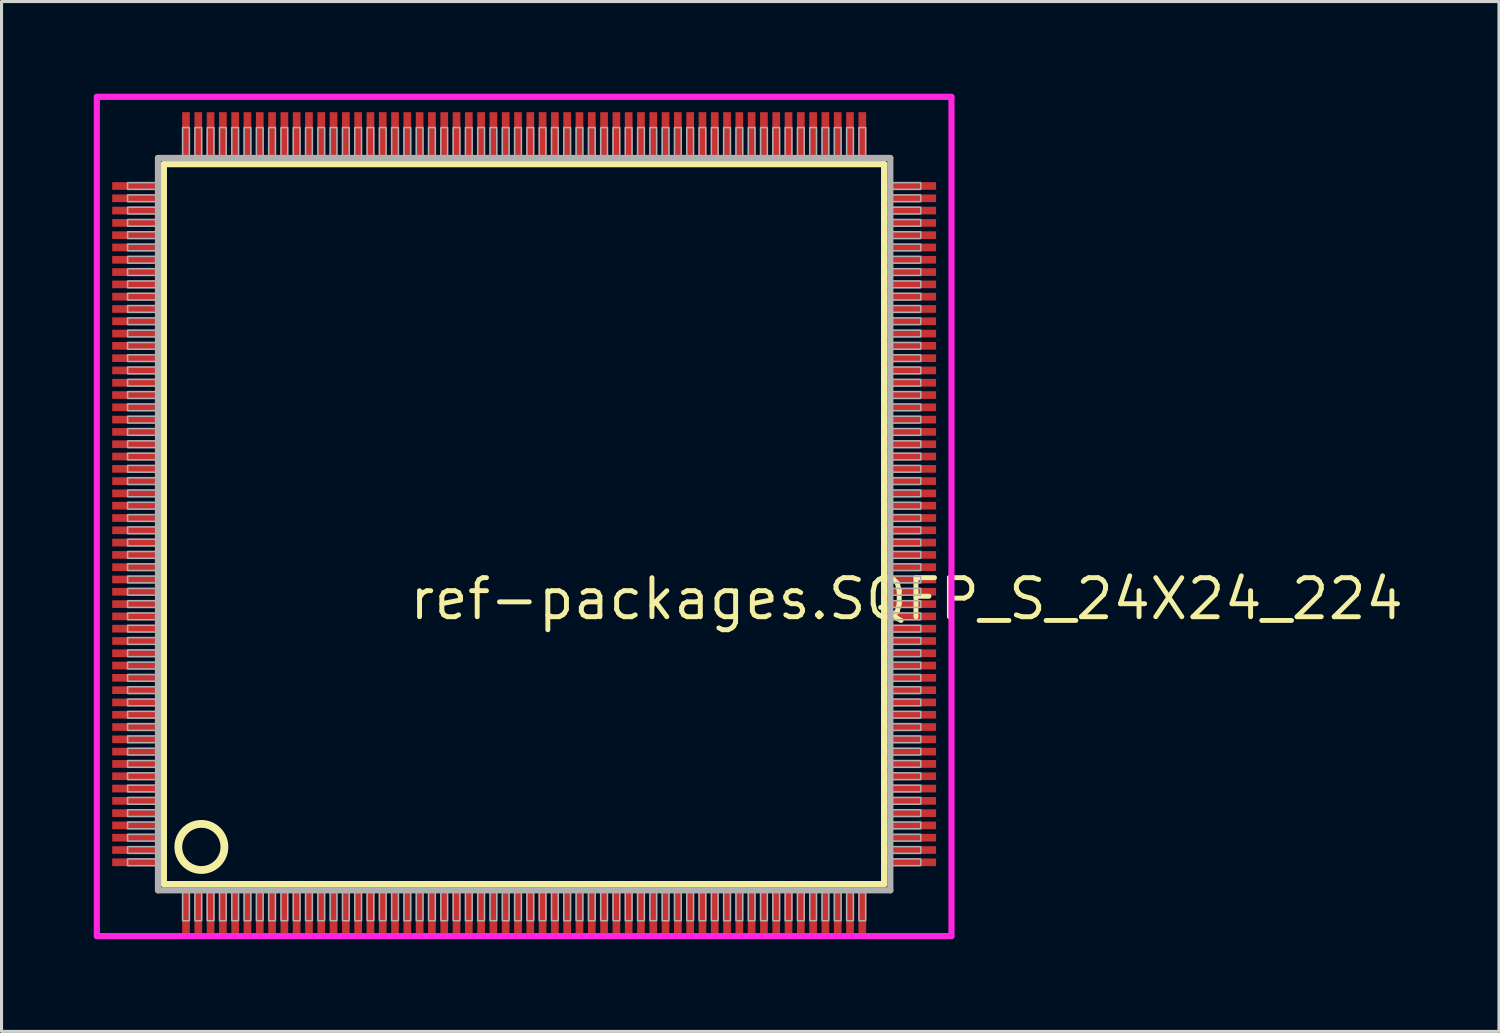
<source format=kicad_pcb>
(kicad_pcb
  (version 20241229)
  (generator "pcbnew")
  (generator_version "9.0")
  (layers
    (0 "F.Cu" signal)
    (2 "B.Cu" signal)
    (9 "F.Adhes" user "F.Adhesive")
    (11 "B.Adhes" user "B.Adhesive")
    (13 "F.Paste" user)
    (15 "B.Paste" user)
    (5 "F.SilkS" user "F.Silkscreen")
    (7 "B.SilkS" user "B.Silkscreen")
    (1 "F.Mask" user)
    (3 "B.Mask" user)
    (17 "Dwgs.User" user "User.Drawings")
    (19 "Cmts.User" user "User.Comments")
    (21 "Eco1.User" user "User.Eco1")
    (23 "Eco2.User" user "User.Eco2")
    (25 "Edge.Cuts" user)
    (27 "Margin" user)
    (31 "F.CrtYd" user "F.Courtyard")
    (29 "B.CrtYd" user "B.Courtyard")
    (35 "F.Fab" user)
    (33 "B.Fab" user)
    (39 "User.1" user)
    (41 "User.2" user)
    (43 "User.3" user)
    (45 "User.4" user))
  (footprint "ref-packages.SQFP_S_24X24_224"
    (layer "F.Cu")
    (at 14 14)
    (property "Reference" "ref-packages.SQFP_S_24X24_224" (at -3.81 3.175 0) (layer "F.SilkS") (effects (font (size 1.27 1.27) (thickness 0.16)) (justify left bottom)))
    (attr smd)
    (fp_line (start -11.72 -11.71) (end 11.71 -11.71) (stroke (width 0.203) (type default)) (layer "F.SilkS"))
    (fp_line (start -11.72 11.71) (end -11.72 -11.71) (stroke (width 0.203) (type default)) (layer "F.SilkS"))
    (fp_line (start 11.71 -11.71) (end 11.71 11.71) (stroke (width 0.203) (type default)) (layer "F.SilkS"))
    (fp_line (start 11.71 11.71) (end -11.72 11.71) (stroke (width 0.203) (type default)) (layer "F.SilkS"))
    (fp_circle (center -10.5 10.5) (end -9.75 10.5) (stroke (width 0.254) (type default)) (fill no) (layer "F.SilkS"))
    (fp_line (start -13.9 -13.9) (end 13.9 -13.9) (stroke (width 0.2) (type default)) (layer "F.CrtYd"))
    (fp_line (start -13.9 13.4) (end -13.9 -13.9) (stroke (width 0.2) (type default)) (layer "F.CrtYd"))
    (fp_line (start 13.9 -13.9) (end 13.9 13.4) (stroke (width 0.2) (type default)) (layer "F.CrtYd"))
    (fp_line (start 13.9 13.4) (end -13.9 13.4) (stroke (width 0.2) (type default)) (layer "F.CrtYd"))
    (fp_line (start -11.91 -11.91) (end -11.91 11.91) (stroke (width 0.203) (type default)) (layer "F.Fab"))
    (fp_line (start -11.91 11.91) (end 11.91 11.91) (stroke (width 0.203) (type default)) (layer "F.Fab"))
    (fp_line (start 11.91 -11.91) (end -11.91 -11.91) (stroke (width 0.203) (type default)) (layer "F.Fab"))
    (fp_line (start 11.91 11.91) (end 11.91 -11.91) (stroke (width 0.203) (type default)) (layer "F.Fab"))
    (fp_rect (start -12.9 -10.89) (end -11.95 -11.11) (stroke (width 0.05) (type default)) (fill no) (layer "F.Fab"))
    (fp_rect (start -12.9 -10.49) (end -11.95 -10.71) (stroke (width 0.05) (type default)) (fill no) (layer "F.Fab"))
    (fp_rect (start -12.9 -10.09) (end -11.95 -10.31) (stroke (width 0.05) (type default)) (fill no) (layer "F.Fab"))
    (fp_rect (start -12.9 -9.69) (end -11.95 -9.91) (stroke (width 0.05) (type default)) (fill no) (layer "F.Fab"))
    (fp_rect (start -12.9 -9.29) (end -11.95 -9.51) (stroke (width 0.05) (type default)) (fill no) (layer "F.Fab"))
    (fp_rect (start -12.9 -8.89) (end -11.95 -9.11) (stroke (width 0.05) (type default)) (fill no) (layer "F.Fab"))
    (fp_rect (start -12.9 -8.49) (end -11.95 -8.71) (stroke (width 0.05) (type default)) (fill no) (layer "F.Fab"))
    (fp_rect (start -12.9 -8.09) (end -11.95 -8.31) (stroke (width 0.05) (type default)) (fill no) (layer "F.Fab"))
    (fp_rect (start -12.9 -7.69) (end -11.95 -7.91) (stroke (width 0.05) (type default)) (fill no) (layer "F.Fab"))
    (fp_rect (start -12.9 -7.29) (end -11.95 -7.51) (stroke (width 0.05) (type default)) (fill no) (layer "F.Fab"))
    (fp_rect (start -12.9 -6.89) (end -11.95 -7.11) (stroke (width 0.05) (type default)) (fill no) (layer "F.Fab"))
    (fp_rect (start -12.9 -6.49) (end -11.95 -6.71) (stroke (width 0.05) (type default)) (fill no) (layer "F.Fab"))
    (fp_rect (start -12.9 -6.09) (end -11.95 -6.31) (stroke (width 0.05) (type default)) (fill no) (layer "F.Fab"))
    (fp_rect (start -12.9 -5.69) (end -11.95 -5.91) (stroke (width 0.05) (type default)) (fill no) (layer "F.Fab"))
    (fp_rect (start -12.9 -5.29) (end -11.95 -5.51) (stroke (width 0.05) (type default)) (fill no) (layer "F.Fab"))
    (fp_rect (start -12.9 -4.89) (end -11.95 -5.11) (stroke (width 0.05) (type default)) (fill no) (layer "F.Fab"))
    (fp_rect (start -12.9 -4.49) (end -11.95 -4.71) (stroke (width 0.05) (type default)) (fill no) (layer "F.Fab"))
    (fp_rect (start -12.9 -4.09) (end -11.95 -4.31) (stroke (width 0.05) (type default)) (fill no) (layer "F.Fab"))
    (fp_rect (start -12.9 -3.69) (end -11.95 -3.91) (stroke (width 0.05) (type default)) (fill no) (layer "F.Fab"))
    (fp_rect (start -12.9 -3.29) (end -11.95 -3.51) (stroke (width 0.05) (type default)) (fill no) (layer "F.Fab"))
    (fp_rect (start -12.9 -2.89) (end -11.95 -3.11) (stroke (width 0.05) (type default)) (fill no) (layer "F.Fab"))
    (fp_rect (start -12.9 -2.49) (end -11.95 -2.71) (stroke (width 0.05) (type default)) (fill no) (layer "F.Fab"))
    (fp_rect (start -12.9 -2.09) (end -11.95 -2.31) (stroke (width 0.05) (type default)) (fill no) (layer "F.Fab"))
    (fp_rect (start -12.9 -1.69) (end -11.95 -1.91) (stroke (width 0.05) (type default)) (fill no) (layer "F.Fab"))
    (fp_rect (start -12.9 -1.29) (end -11.95 -1.51) (stroke (width 0.05) (type default)) (fill no) (layer "F.Fab"))
    (fp_rect (start -12.9 -0.89) (end -11.95 -1.11) (stroke (width 0.05) (type default)) (fill no) (layer "F.Fab"))
    (fp_rect (start -12.9 -0.49) (end -11.95 -0.71) (stroke (width 0.05) (type default)) (fill no) (layer "F.Fab"))
    (fp_rect (start -12.9 -0.09) (end -11.95 -0.31) (stroke (width 0.05) (type default)) (fill no) (layer "F.Fab"))
    (fp_rect (start -12.9 0.31) (end -11.95 0.09) (stroke (width 0.05) (type default)) (fill no) (layer "F.Fab"))
    (fp_rect (start -12.9 0.71) (end -11.95 0.49) (stroke (width 0.05) (type default)) (fill no) (layer "F.Fab"))
    (fp_rect (start -12.9 1.11) (end -11.95 0.89) (stroke (width 0.05) (type default)) (fill no) (layer "F.Fab"))
    (fp_rect (start -12.9 1.51) (end -11.95 1.29) (stroke (width 0.05) (type default)) (fill no) (layer "F.Fab"))
    (fp_rect (start -12.9 1.91) (end -11.95 1.69) (stroke (width 0.05) (type default)) (fill no) (layer "F.Fab"))
    (fp_rect (start -12.9 2.31) (end -11.95 2.09) (stroke (width 0.05) (type default)) (fill no) (layer "F.Fab"))
    (fp_rect (start -12.9 2.71) (end -11.95 2.49) (stroke (width 0.05) (type default)) (fill no) (layer "F.Fab"))
    (fp_rect (start -12.9 3.11) (end -11.95 2.89) (stroke (width 0.05) (type default)) (fill no) (layer "F.Fab"))
    (fp_rect (start -12.9 3.51) (end -11.95 3.29) (stroke (width 0.05) (type default)) (fill no) (layer "F.Fab"))
    (fp_rect (start -12.9 3.91) (end -11.95 3.69) (stroke (width 0.05) (type default)) (fill no) (layer "F.Fab"))
    (fp_rect (start -12.9 4.31) (end -11.95 4.09) (stroke (width 0.05) (type default)) (fill no) (layer "F.Fab"))
    (fp_rect (start -12.9 4.71) (end -11.95 4.49) (stroke (width 0.05) (type default)) (fill no) (layer "F.Fab"))
    (fp_rect (start -12.9 5.11) (end -11.95 4.89) (stroke (width 0.05) (type default)) (fill no) (layer "F.Fab"))
    (fp_rect (start -12.9 5.51) (end -11.95 5.29) (stroke (width 0.05) (type default)) (fill no) (layer "F.Fab"))
    (fp_rect (start -12.9 5.91) (end -11.95 5.69) (stroke (width 0.05) (type default)) (fill no) (layer "F.Fab"))
    (fp_rect (start -12.9 6.31) (end -11.95 6.09) (stroke (width 0.05) (type default)) (fill no) (layer "F.Fab"))
    (fp_rect (start -12.9 6.71) (end -11.95 6.49) (stroke (width 0.05) (type default)) (fill no) (layer "F.Fab"))
    (fp_rect (start -12.9 7.11) (end -11.95 6.89) (stroke (width 0.05) (type default)) (fill no) (layer "F.Fab"))
    (fp_rect (start -12.9 7.51) (end -11.95 7.29) (stroke (width 0.05) (type default)) (fill no) (layer "F.Fab"))
    (fp_rect (start -12.9 7.91) (end -11.95 7.69) (stroke (width 0.05) (type default)) (fill no) (layer "F.Fab"))
    (fp_rect (start -12.9 8.31) (end -11.95 8.09) (stroke (width 0.05) (type default)) (fill no) (layer "F.Fab"))
    (fp_rect (start -12.9 8.71) (end -11.95 8.49) (stroke (width 0.05) (type default)) (fill no) (layer "F.Fab"))
    (fp_rect (start -12.9 9.11) (end -11.95 8.89) (stroke (width 0.05) (type default)) (fill no) (layer "F.Fab"))
    (fp_rect (start -12.9 9.51) (end -11.95 9.29) (stroke (width 0.05) (type default)) (fill no) (layer "F.Fab"))
    (fp_rect (start -12.9 9.91) (end -11.95 9.69) (stroke (width 0.05) (type default)) (fill no) (layer "F.Fab"))
    (fp_rect (start -12.9 10.31) (end -11.95 10.09) (stroke (width 0.05) (type default)) (fill no) (layer "F.Fab"))
    (fp_rect (start -12.9 10.71) (end -11.95 10.49) (stroke (width 0.05) (type default)) (fill no) (layer "F.Fab"))
    (fp_rect (start -12.9 11.11) (end -11.95 10.89) (stroke (width 0.05) (type default)) (fill no) (layer "F.Fab"))
    (fp_rect (start -11.11 -11.95) (end -10.89 -12.9) (stroke (width 0.05) (type default)) (fill no) (layer "F.Fab"))
    (fp_rect (start -11.11 12.9) (end -10.89 11.95) (stroke (width 0.05) (type default)) (fill no) (layer "F.Fab"))
    (fp_rect (start -10.71 -11.95) (end -10.49 -12.9) (stroke (width 0.05) (type default)) (fill no) (layer "F.Fab"))
    (fp_rect (start -10.71 12.9) (end -10.49 11.95) (stroke (width 0.05) (type default)) (fill no) (layer "F.Fab"))
    (fp_rect (start -10.31 -11.95) (end -10.09 -12.9) (stroke (width 0.05) (type default)) (fill no) (layer "F.Fab"))
    (fp_rect (start -10.31 12.9) (end -10.09 11.95) (stroke (width 0.05) (type default)) (fill no) (layer "F.Fab"))
    (fp_rect (start -9.91 -11.95) (end -9.69 -12.9) (stroke (width 0.05) (type default)) (fill no) (layer "F.Fab"))
    (fp_rect (start -9.91 12.9) (end -9.69 11.95) (stroke (width 0.05) (type default)) (fill no) (layer "F.Fab"))
    (fp_rect (start -9.51 -11.95) (end -9.29 -12.9) (stroke (width 0.05) (type default)) (fill no) (layer "F.Fab"))
    (fp_rect (start -9.51 12.9) (end -9.29 11.95) (stroke (width 0.05) (type default)) (fill no) (layer "F.Fab"))
    (fp_rect (start -9.11 -11.95) (end -8.89 -12.9) (stroke (width 0.05) (type default)) (fill no) (layer "F.Fab"))
    (fp_rect (start -9.11 12.9) (end -8.89 11.95) (stroke (width 0.05) (type default)) (fill no) (layer "F.Fab"))
    (fp_rect (start -8.71 -11.95) (end -8.49 -12.9) (stroke (width 0.05) (type default)) (fill no) (layer "F.Fab"))
    (fp_rect (start -8.71 12.9) (end -8.49 11.95) (stroke (width 0.05) (type default)) (fill no) (layer "F.Fab"))
    (fp_rect (start -8.31 -11.95) (end -8.09 -12.9) (stroke (width 0.05) (type default)) (fill no) (layer "F.Fab"))
    (fp_rect (start -8.31 12.9) (end -8.09 11.95) (stroke (width 0.05) (type default)) (fill no) (layer "F.Fab"))
    (fp_rect (start -7.91 -11.95) (end -7.69 -12.9) (stroke (width 0.05) (type default)) (fill no) (layer "F.Fab"))
    (fp_rect (start -7.91 12.9) (end -7.69 11.95) (stroke (width 0.05) (type default)) (fill no) (layer "F.Fab"))
    (fp_rect (start -7.51 -11.95) (end -7.29 -12.9) (stroke (width 0.05) (type default)) (fill no) (layer "F.Fab"))
    (fp_rect (start -7.51 12.9) (end -7.29 11.95) (stroke (width 0.05) (type default)) (fill no) (layer "F.Fab"))
    (fp_rect (start -7.11 -11.95) (end -6.89 -12.9) (stroke (width 0.05) (type default)) (fill no) (layer "F.Fab"))
    (fp_rect (start -7.11 12.9) (end -6.89 11.95) (stroke (width 0.05) (type default)) (fill no) (layer "F.Fab"))
    (fp_rect (start -6.71 -11.95) (end -6.49 -12.9) (stroke (width 0.05) (type default)) (fill no) (layer "F.Fab"))
    (fp_rect (start -6.71 12.9) (end -6.49 11.95) (stroke (width 0.05) (type default)) (fill no) (layer "F.Fab"))
    (fp_rect (start -6.31 -11.95) (end -6.09 -12.9) (stroke (width 0.05) (type default)) (fill no) (layer "F.Fab"))
    (fp_rect (start -6.31 12.9) (end -6.09 11.95) (stroke (width 0.05) (type default)) (fill no) (layer "F.Fab"))
    (fp_rect (start -5.91 -11.95) (end -5.69 -12.9) (stroke (width 0.05) (type default)) (fill no) (layer "F.Fab"))
    (fp_rect (start -5.91 12.9) (end -5.69 11.95) (stroke (width 0.05) (type default)) (fill no) (layer "F.Fab"))
    (fp_rect (start -5.51 -11.95) (end -5.29 -12.9) (stroke (width 0.05) (type default)) (fill no) (layer "F.Fab"))
    (fp_rect (start -5.51 12.9) (end -5.29 11.95) (stroke (width 0.05) (type default)) (fill no) (layer "F.Fab"))
    (fp_rect (start -5.11 -11.95) (end -4.89 -12.9) (stroke (width 0.05) (type default)) (fill no) (layer "F.Fab"))
    (fp_rect (start -5.11 12.9) (end -4.89 11.95) (stroke (width 0.05) (type default)) (fill no) (layer "F.Fab"))
    (fp_rect (start -4.71 -11.95) (end -4.49 -12.9) (stroke (width 0.05) (type default)) (fill no) (layer "F.Fab"))
    (fp_rect (start -4.71 12.9) (end -4.49 11.95) (stroke (width 0.05) (type default)) (fill no) (layer "F.Fab"))
    (fp_rect (start -4.31 -11.95) (end -4.09 -12.9) (stroke (width 0.05) (type default)) (fill no) (layer "F.Fab"))
    (fp_rect (start -4.31 12.9) (end -4.09 11.95) (stroke (width 0.05) (type default)) (fill no) (layer "F.Fab"))
    (fp_rect (start -3.91 -11.95) (end -3.69 -12.9) (stroke (width 0.05) (type default)) (fill no) (layer "F.Fab"))
    (fp_rect (start -3.91 12.9) (end -3.69 11.95) (stroke (width 0.05) (type default)) (fill no) (layer "F.Fab"))
    (fp_rect (start -3.51 -11.95) (end -3.29 -12.9) (stroke (width 0.05) (type default)) (fill no) (layer "F.Fab"))
    (fp_rect (start -3.51 12.9) (end -3.29 11.95) (stroke (width 0.05) (type default)) (fill no) (layer "F.Fab"))
    (fp_rect (start -3.11 -11.95) (end -2.89 -12.9) (stroke (width 0.05) (type default)) (fill no) (layer "F.Fab"))
    (fp_rect (start -3.11 12.9) (end -2.89 11.95) (stroke (width 0.05) (type default)) (fill no) (layer "F.Fab"))
    (fp_rect (start -2.71 -11.95) (end -2.49 -12.9) (stroke (width 0.05) (type default)) (fill no) (layer "F.Fab"))
    (fp_rect (start -2.71 12.9) (end -2.49 11.95) (stroke (width 0.05) (type default)) (fill no) (layer "F.Fab"))
    (fp_rect (start -2.31 -11.95) (end -2.09 -12.9) (stroke (width 0.05) (type default)) (fill no) (layer "F.Fab"))
    (fp_rect (start -2.31 12.9) (end -2.09 11.95) (stroke (width 0.05) (type default)) (fill no) (layer "F.Fab"))
    (fp_rect (start -1.91 -11.95) (end -1.69 -12.9) (stroke (width 0.05) (type default)) (fill no) (layer "F.Fab"))
    (fp_rect (start -1.91 12.9) (end -1.69 11.95) (stroke (width 0.05) (type default)) (fill no) (layer "F.Fab"))
    (fp_rect (start -1.51 -11.95) (end -1.29 -12.9) (stroke (width 0.05) (type default)) (fill no) (layer "F.Fab"))
    (fp_rect (start -1.51 12.9) (end -1.29 11.95) (stroke (width 0.05) (type default)) (fill no) (layer "F.Fab"))
    (fp_rect (start -1.11 -11.95) (end -0.89 -12.9) (stroke (width 0.05) (type default)) (fill no) (layer "F.Fab"))
    (fp_rect (start -1.11 12.9) (end -0.89 11.95) (stroke (width 0.05) (type default)) (fill no) (layer "F.Fab"))
    (fp_rect (start -0.71 -11.95) (end -0.49 -12.9) (stroke (width 0.05) (type default)) (fill no) (layer "F.Fab"))
    (fp_rect (start -0.71 12.9) (end -0.49 11.95) (stroke (width 0.05) (type default)) (fill no) (layer "F.Fab"))
    (fp_rect (start -0.31 -11.95) (end -0.09 -12.9) (stroke (width 0.05) (type default)) (fill no) (layer "F.Fab"))
    (fp_rect (start -0.31 12.9) (end -0.09 11.95) (stroke (width 0.05) (type default)) (fill no) (layer "F.Fab"))
    (fp_rect (start 0.09 -11.95) (end 0.31 -12.9) (stroke (width 0.05) (type default)) (fill no) (layer "F.Fab"))
    (fp_rect (start 0.09 12.9) (end 0.31 11.95) (stroke (width 0.05) (type default)) (fill no) (layer "F.Fab"))
    (fp_rect (start 0.49 -11.95) (end 0.71 -12.9) (stroke (width 0.05) (type default)) (fill no) (layer "F.Fab"))
    (fp_rect (start 0.49 12.9) (end 0.71 11.95) (stroke (width 0.05) (type default)) (fill no) (layer "F.Fab"))
    (fp_rect (start 0.89 -11.95) (end 1.11 -12.9) (stroke (width 0.05) (type default)) (fill no) (layer "F.Fab"))
    (fp_rect (start 0.89 12.9) (end 1.11 11.95) (stroke (width 0.05) (type default)) (fill no) (layer "F.Fab"))
    (fp_rect (start 1.29 -11.95) (end 1.51 -12.9) (stroke (width 0.05) (type default)) (fill no) (layer "F.Fab"))
    (fp_rect (start 1.29 12.9) (end 1.51 11.95) (stroke (width 0.05) (type default)) (fill no) (layer "F.Fab"))
    (fp_rect (start 1.69 -11.95) (end 1.91 -12.9) (stroke (width 0.05) (type default)) (fill no) (layer "F.Fab"))
    (fp_rect (start 1.69 12.9) (end 1.91 11.95) (stroke (width 0.05) (type default)) (fill no) (layer "F.Fab"))
    (fp_rect (start 2.09 -11.95) (end 2.31 -12.9) (stroke (width 0.05) (type default)) (fill no) (layer "F.Fab"))
    (fp_rect (start 2.09 12.9) (end 2.31 11.95) (stroke (width 0.05) (type default)) (fill no) (layer "F.Fab"))
    (fp_rect (start 2.49 -11.95) (end 2.71 -12.9) (stroke (width 0.05) (type default)) (fill no) (layer "F.Fab"))
    (fp_rect (start 2.49 12.9) (end 2.71 11.95) (stroke (width 0.05) (type default)) (fill no) (layer "F.Fab"))
    (fp_rect (start 2.89 -11.95) (end 3.11 -12.9) (stroke (width 0.05) (type default)) (fill no) (layer "F.Fab"))
    (fp_rect (start 2.89 12.9) (end 3.11 11.95) (stroke (width 0.05) (type default)) (fill no) (layer "F.Fab"))
    (fp_rect (start 3.29 -11.95) (end 3.51 -12.9) (stroke (width 0.05) (type default)) (fill no) (layer "F.Fab"))
    (fp_rect (start 3.29 12.9) (end 3.51 11.95) (stroke (width 0.05) (type default)) (fill no) (layer "F.Fab"))
    (fp_rect (start 3.69 -11.95) (end 3.91 -12.9) (stroke (width 0.05) (type default)) (fill no) (layer "F.Fab"))
    (fp_rect (start 3.69 12.9) (end 3.91 11.95) (stroke (width 0.05) (type default)) (fill no) (layer "F.Fab"))
    (fp_rect (start 4.09 -11.95) (end 4.31 -12.9) (stroke (width 0.05) (type default)) (fill no) (layer "F.Fab"))
    (fp_rect (start 4.09 12.9) (end 4.31 11.95) (stroke (width 0.05) (type default)) (fill no) (layer "F.Fab"))
    (fp_rect (start 4.49 -11.95) (end 4.71 -12.9) (stroke (width 0.05) (type default)) (fill no) (layer "F.Fab"))
    (fp_rect (start 4.49 12.9) (end 4.71 11.95) (stroke (width 0.05) (type default)) (fill no) (layer "F.Fab"))
    (fp_rect (start 4.89 -11.95) (end 5.11 -12.9) (stroke (width 0.05) (type default)) (fill no) (layer "F.Fab"))
    (fp_rect (start 4.89 12.9) (end 5.11 11.95) (stroke (width 0.05) (type default)) (fill no) (layer "F.Fab"))
    (fp_rect (start 5.29 -11.95) (end 5.51 -12.9) (stroke (width 0.05) (type default)) (fill no) (layer "F.Fab"))
    (fp_rect (start 5.29 12.9) (end 5.51 11.95) (stroke (width 0.05) (type default)) (fill no) (layer "F.Fab"))
    (fp_rect (start 5.69 -11.95) (end 5.91 -12.9) (stroke (width 0.05) (type default)) (fill no) (layer "F.Fab"))
    (fp_rect (start 5.69 12.9) (end 5.91 11.95) (stroke (width 0.05) (type default)) (fill no) (layer "F.Fab"))
    (fp_rect (start 6.09 -11.95) (end 6.31 -12.9) (stroke (width 0.05) (type default)) (fill no) (layer "F.Fab"))
    (fp_rect (start 6.09 12.9) (end 6.31 11.95) (stroke (width 0.05) (type default)) (fill no) (layer "F.Fab"))
    (fp_rect (start 6.49 -11.95) (end 6.71 -12.9) (stroke (width 0.05) (type default)) (fill no) (layer "F.Fab"))
    (fp_rect (start 6.49 12.9) (end 6.71 11.95) (stroke (width 0.05) (type default)) (fill no) (layer "F.Fab"))
    (fp_rect (start 6.89 -11.95) (end 7.11 -12.9) (stroke (width 0.05) (type default)) (fill no) (layer "F.Fab"))
    (fp_rect (start 6.89 12.9) (end 7.11 11.95) (stroke (width 0.05) (type default)) (fill no) (layer "F.Fab"))
    (fp_rect (start 7.29 -11.95) (end 7.51 -12.9) (stroke (width 0.05) (type default)) (fill no) (layer "F.Fab"))
    (fp_rect (start 7.29 12.9) (end 7.51 11.95) (stroke (width 0.05) (type default)) (fill no) (layer "F.Fab"))
    (fp_rect (start 7.69 -11.95) (end 7.91 -12.9) (stroke (width 0.05) (type default)) (fill no) (layer "F.Fab"))
    (fp_rect (start 7.69 12.9) (end 7.91 11.95) (stroke (width 0.05) (type default)) (fill no) (layer "F.Fab"))
    (fp_rect (start 8.09 -11.95) (end 8.31 -12.9) (stroke (width 0.05) (type default)) (fill no) (layer "F.Fab"))
    (fp_rect (start 8.09 12.9) (end 8.31 11.95) (stroke (width 0.05) (type default)) (fill no) (layer "F.Fab"))
    (fp_rect (start 8.49 -11.95) (end 8.71 -12.9) (stroke (width 0.05) (type default)) (fill no) (layer "F.Fab"))
    (fp_rect (start 8.49 12.9) (end 8.71 11.95) (stroke (width 0.05) (type default)) (fill no) (layer "F.Fab"))
    (fp_rect (start 8.89 -11.95) (end 9.11 -12.9) (stroke (width 0.05) (type default)) (fill no) (layer "F.Fab"))
    (fp_rect (start 8.89 12.9) (end 9.11 11.95) (stroke (width 0.05) (type default)) (fill no) (layer "F.Fab"))
    (fp_rect (start 9.29 -11.95) (end 9.51 -12.9) (stroke (width 0.05) (type default)) (fill no) (layer "F.Fab"))
    (fp_rect (start 9.29 12.9) (end 9.51 11.95) (stroke (width 0.05) (type default)) (fill no) (layer "F.Fab"))
    (fp_rect (start 9.69 -11.95) (end 9.91 -12.9) (stroke (width 0.05) (type default)) (fill no) (layer "F.Fab"))
    (fp_rect (start 9.69 12.9) (end 9.91 11.95) (stroke (width 0.05) (type default)) (fill no) (layer "F.Fab"))
    (fp_rect (start 10.09 -11.95) (end 10.31 -12.9) (stroke (width 0.05) (type default)) (fill no) (layer "F.Fab"))
    (fp_rect (start 10.09 12.9) (end 10.31 11.95) (stroke (width 0.05) (type default)) (fill no) (layer "F.Fab"))
    (fp_rect (start 10.49 -11.95) (end 10.71 -12.9) (stroke (width 0.05) (type default)) (fill no) (layer "F.Fab"))
    (fp_rect (start 10.49 12.9) (end 10.71 11.95) (stroke (width 0.05) (type default)) (fill no) (layer "F.Fab"))
    (fp_rect (start 10.89 -11.95) (end 11.11 -12.9) (stroke (width 0.05) (type default)) (fill no) (layer "F.Fab"))
    (fp_rect (start 10.89 12.9) (end 11.11 11.95) (stroke (width 0.05) (type default)) (fill no) (layer "F.Fab"))
    (fp_rect (start 11.95 -10.89) (end 12.9 -11.11) (stroke (width 0.05) (type default)) (fill no) (layer "F.Fab"))
    (fp_rect (start 11.95 -10.49) (end 12.9 -10.71) (stroke (width 0.05) (type default)) (fill no) (layer "F.Fab"))
    (fp_rect (start 11.95 -10.09) (end 12.9 -10.31) (stroke (width 0.05) (type default)) (fill no) (layer "F.Fab"))
    (fp_rect (start 11.95 -9.69) (end 12.9 -9.91) (stroke (width 0.05) (type default)) (fill no) (layer "F.Fab"))
    (fp_rect (start 11.95 -9.29) (end 12.9 -9.51) (stroke (width 0.05) (type default)) (fill no) (layer "F.Fab"))
    (fp_rect (start 11.95 -8.89) (end 12.9 -9.11) (stroke (width 0.05) (type default)) (fill no) (layer "F.Fab"))
    (fp_rect (start 11.95 -8.49) (end 12.9 -8.71) (stroke (width 0.05) (type default)) (fill no) (layer "F.Fab"))
    (fp_rect (start 11.95 -8.09) (end 12.9 -8.31) (stroke (width 0.05) (type default)) (fill no) (layer "F.Fab"))
    (fp_rect (start 11.95 -7.69) (end 12.9 -7.91) (stroke (width 0.05) (type default)) (fill no) (layer "F.Fab"))
    (fp_rect (start 11.95 -7.29) (end 12.9 -7.51) (stroke (width 0.05) (type default)) (fill no) (layer "F.Fab"))
    (fp_rect (start 11.95 -6.89) (end 12.9 -7.11) (stroke (width 0.05) (type default)) (fill no) (layer "F.Fab"))
    (fp_rect (start 11.95 -6.49) (end 12.9 -6.71) (stroke (width 0.05) (type default)) (fill no) (layer "F.Fab"))
    (fp_rect (start 11.95 -6.09) (end 12.9 -6.31) (stroke (width 0.05) (type default)) (fill no) (layer "F.Fab"))
    (fp_rect (start 11.95 -5.69) (end 12.9 -5.91) (stroke (width 0.05) (type default)) (fill no) (layer "F.Fab"))
    (fp_rect (start 11.95 -5.29) (end 12.9 -5.51) (stroke (width 0.05) (type default)) (fill no) (layer "F.Fab"))
    (fp_rect (start 11.95 -4.89) (end 12.9 -5.11) (stroke (width 0.05) (type default)) (fill no) (layer "F.Fab"))
    (fp_rect (start 11.95 -4.49) (end 12.9 -4.71) (stroke (width 0.05) (type default)) (fill no) (layer "F.Fab"))
    (fp_rect (start 11.95 -4.09) (end 12.9 -4.31) (stroke (width 0.05) (type default)) (fill no) (layer "F.Fab"))
    (fp_rect (start 11.95 -3.69) (end 12.9 -3.91) (stroke (width 0.05) (type default)) (fill no) (layer "F.Fab"))
    (fp_rect (start 11.95 -3.29) (end 12.9 -3.51) (stroke (width 0.05) (type default)) (fill no) (layer "F.Fab"))
    (fp_rect (start 11.95 -2.89) (end 12.9 -3.11) (stroke (width 0.05) (type default)) (fill no) (layer "F.Fab"))
    (fp_rect (start 11.95 -2.49) (end 12.9 -2.71) (stroke (width 0.05) (type default)) (fill no) (layer "F.Fab"))
    (fp_rect (start 11.95 -2.09) (end 12.9 -2.31) (stroke (width 0.05) (type default)) (fill no) (layer "F.Fab"))
    (fp_rect (start 11.95 -1.69) (end 12.9 -1.91) (stroke (width 0.05) (type default)) (fill no) (layer "F.Fab"))
    (fp_rect (start 11.95 -1.29) (end 12.9 -1.51) (stroke (width 0.05) (type default)) (fill no) (layer "F.Fab"))
    (fp_rect (start 11.95 -0.89) (end 12.9 -1.11) (stroke (width 0.05) (type default)) (fill no) (layer "F.Fab"))
    (fp_rect (start 11.95 -0.49) (end 12.9 -0.71) (stroke (width 0.05) (type default)) (fill no) (layer "F.Fab"))
    (fp_rect (start 11.95 -0.09) (end 12.9 -0.31) (stroke (width 0.05) (type default)) (fill no) (layer "F.Fab"))
    (fp_rect (start 11.95 0.31) (end 12.9 0.09) (stroke (width 0.05) (type default)) (fill no) (layer "F.Fab"))
    (fp_rect (start 11.95 0.71) (end 12.9 0.49) (stroke (width 0.05) (type default)) (fill no) (layer "F.Fab"))
    (fp_rect (start 11.95 1.11) (end 12.9 0.89) (stroke (width 0.05) (type default)) (fill no) (layer "F.Fab"))
    (fp_rect (start 11.95 1.51) (end 12.9 1.29) (stroke (width 0.05) (type default)) (fill no) (layer "F.Fab"))
    (fp_rect (start 11.95 1.91) (end 12.9 1.69) (stroke (width 0.05) (type default)) (fill no) (layer "F.Fab"))
    (fp_rect (start 11.95 2.31) (end 12.9 2.09) (stroke (width 0.05) (type default)) (fill no) (layer "F.Fab"))
    (fp_rect (start 11.95 2.71) (end 12.9 2.49) (stroke (width 0.05) (type default)) (fill no) (layer "F.Fab"))
    (fp_rect (start 11.95 3.11) (end 12.9 2.89) (stroke (width 0.05) (type default)) (fill no) (layer "F.Fab"))
    (fp_rect (start 11.95 3.51) (end 12.9 3.29) (stroke (width 0.05) (type default)) (fill no) (layer "F.Fab"))
    (fp_rect (start 11.95 3.91) (end 12.9 3.69) (stroke (width 0.05) (type default)) (fill no) (layer "F.Fab"))
    (fp_rect (start 11.95 4.31) (end 12.9 4.09) (stroke (width 0.05) (type default)) (fill no) (layer "F.Fab"))
    (fp_rect (start 11.95 4.71) (end 12.9 4.49) (stroke (width 0.05) (type default)) (fill no) (layer "F.Fab"))
    (fp_rect (start 11.95 5.11) (end 12.9 4.89) (stroke (width 0.05) (type default)) (fill no) (layer "F.Fab"))
    (fp_rect (start 11.95 5.51) (end 12.9 5.29) (stroke (width 0.05) (type default)) (fill no) (layer "F.Fab"))
    (fp_rect (start 11.95 5.91) (end 12.9 5.69) (stroke (width 0.05) (type default)) (fill no) (layer "F.Fab"))
    (fp_rect (start 11.95 6.31) (end 12.9 6.09) (stroke (width 0.05) (type default)) (fill no) (layer "F.Fab"))
    (fp_rect (start 11.95 6.71) (end 12.9 6.49) (stroke (width 0.05) (type default)) (fill no) (layer "F.Fab"))
    (fp_rect (start 11.95 7.11) (end 12.9 6.89) (stroke (width 0.05) (type default)) (fill no) (layer "F.Fab"))
    (fp_rect (start 11.95 7.51) (end 12.9 7.29) (stroke (width 0.05) (type default)) (fill no) (layer "F.Fab"))
    (fp_rect (start 11.95 7.91) (end 12.9 7.69) (stroke (width 0.05) (type default)) (fill no) (layer "F.Fab"))
    (fp_rect (start 11.95 8.31) (end 12.9 8.09) (stroke (width 0.05) (type default)) (fill no) (layer "F.Fab"))
    (fp_rect (start 11.95 8.71) (end 12.9 8.49) (stroke (width 0.05) (type default)) (fill no) (layer "F.Fab"))
    (fp_rect (start 11.95 9.11) (end 12.9 8.89) (stroke (width 0.05) (type default)) (fill no) (layer "F.Fab"))
    (fp_rect (start 11.95 9.51) (end 12.9 9.29) (stroke (width 0.05) (type default)) (fill no) (layer "F.Fab"))
    (fp_rect (start 11.95 9.91) (end 12.9 9.69) (stroke (width 0.05) (type default)) (fill no) (layer "F.Fab"))
    (fp_rect (start 11.95 10.31) (end 12.9 10.09) (stroke (width 0.05) (type default)) (fill no) (layer "F.Fab"))
    (fp_rect (start 11.95 10.71) (end 12.9 10.49) (stroke (width 0.05) (type default)) (fill no) (layer "F.Fab"))
    (fp_rect (start 11.95 11.11) (end 12.9 10.89) (stroke (width 0.05) (type default)) (fill no) (layer "F.Fab"))
    (pad "1" smd roundrect (at -11 12.6) (size 0.25 1.6) (layers "F.Cu" "F.Mask" "F.Paste") (roundrect_rratio 0.01))
    (pad "2" smd roundrect (at -10.6 12.6) (size 0.25 1.6) (layers "F.Cu" "F.Mask" "F.Paste") (roundrect_rratio 0.01))
    (pad "3" smd roundrect (at -10.2 12.6) (size 0.25 1.6) (layers "F.Cu" "F.Mask" "F.Paste") (roundrect_rratio 0.01))
    (pad "4" smd roundrect (at -9.8 12.6) (size 0.25 1.6) (layers "F.Cu" "F.Mask" "F.Paste") (roundrect_rratio 0.01))
    (pad "5" smd roundrect (at -9.4 12.6) (size 0.25 1.6) (layers "F.Cu" "F.Mask" "F.Paste") (roundrect_rratio 0.01))
    (pad "6" smd roundrect (at -9 12.6) (size 0.25 1.6) (layers "F.Cu" "F.Mask" "F.Paste") (roundrect_rratio 0.01))
    (pad "7" smd roundrect (at -8.6 12.6) (size 0.25 1.6) (layers "F.Cu" "F.Mask" "F.Paste") (roundrect_rratio 0.01))
    (pad "8" smd roundrect (at -8.2 12.6) (size 0.25 1.6) (layers "F.Cu" "F.Mask" "F.Paste") (roundrect_rratio 0.01))
    (pad "9" smd roundrect (at -7.8 12.6) (size 0.25 1.6) (layers "F.Cu" "F.Mask" "F.Paste") (roundrect_rratio 0.01))
    (pad "10" smd roundrect (at -7.4 12.6) (size 0.25 1.6) (layers "F.Cu" "F.Mask" "F.Paste") (roundrect_rratio 0.01))
    (pad "11" smd roundrect (at -7 12.6) (size 0.25 1.6) (layers "F.Cu" "F.Mask" "F.Paste") (roundrect_rratio 0.01))
    (pad "12" smd roundrect (at -6.6 12.6) (size 0.25 1.6) (layers "F.Cu" "F.Mask" "F.Paste") (roundrect_rratio 0.01))
    (pad "13" smd roundrect (at -6.2 12.6) (size 0.25 1.6) (layers "F.Cu" "F.Mask" "F.Paste") (roundrect_rratio 0.01))
    (pad "14" smd roundrect (at -5.8 12.6) (size 0.25 1.6) (layers "F.Cu" "F.Mask" "F.Paste") (roundrect_rratio 0.01))
    (pad "15" smd roundrect (at -5.4 12.6) (size 0.25 1.6) (layers "F.Cu" "F.Mask" "F.Paste") (roundrect_rratio 0.01))
    (pad "16" smd roundrect (at -5 12.6) (size 0.25 1.6) (layers "F.Cu" "F.Mask" "F.Paste") (roundrect_rratio 0.01))
    (pad "17" smd roundrect (at -4.6 12.6) (size 0.25 1.6) (layers "F.Cu" "F.Mask" "F.Paste") (roundrect_rratio 0.01))
    (pad "18" smd roundrect (at -4.2 12.6) (size 0.25 1.6) (layers "F.Cu" "F.Mask" "F.Paste") (roundrect_rratio 0.01))
    (pad "19" smd roundrect (at -3.8 12.6) (size 0.25 1.6) (layers "F.Cu" "F.Mask" "F.Paste") (roundrect_rratio 0.01))
    (pad "20" smd roundrect (at -3.4 12.6) (size 0.25 1.6) (layers "F.Cu" "F.Mask" "F.Paste") (roundrect_rratio 0.01))
    (pad "21" smd roundrect (at -3 12.6) (size 0.25 1.6) (layers "F.Cu" "F.Mask" "F.Paste") (roundrect_rratio 0.01))
    (pad "22" smd roundrect (at -2.6 12.6) (size 0.25 1.6) (layers "F.Cu" "F.Mask" "F.Paste") (roundrect_rratio 0.01))
    (pad "23" smd roundrect (at -2.2 12.6) (size 0.25 1.6) (layers "F.Cu" "F.Mask" "F.Paste") (roundrect_rratio 0.01))
    (pad "24" smd roundrect (at -1.8 12.6) (size 0.25 1.6) (layers "F.Cu" "F.Mask" "F.Paste") (roundrect_rratio 0.01))
    (pad "25" smd roundrect (at -1.4 12.6) (size 0.25 1.6) (layers "F.Cu" "F.Mask" "F.Paste") (roundrect_rratio 0.01))
    (pad "26" smd roundrect (at -1 12.6) (size 0.25 1.6) (layers "F.Cu" "F.Mask" "F.Paste") (roundrect_rratio 0.01))
    (pad "27" smd roundrect (at -0.6 12.6) (size 0.25 1.6) (layers "F.Cu" "F.Mask" "F.Paste") (roundrect_rratio 0.01))
    (pad "28" smd roundrect (at -0.2 12.6) (size 0.25 1.6) (layers "F.Cu" "F.Mask" "F.Paste") (roundrect_rratio 0.01))
    (pad "29" smd roundrect (at 0.2 12.6) (size 0.25 1.6) (layers "F.Cu" "F.Mask" "F.Paste") (roundrect_rratio 0.01))
    (pad "30" smd roundrect (at 0.6 12.6) (size 0.25 1.6) (layers "F.Cu" "F.Mask" "F.Paste") (roundrect_rratio 0.01))
    (pad "31" smd roundrect (at 1 12.6) (size 0.25 1.6) (layers "F.Cu" "F.Mask" "F.Paste") (roundrect_rratio 0.01))
    (pad "32" smd roundrect (at 1.4 12.6) (size 0.25 1.6) (layers "F.Cu" "F.Mask" "F.Paste") (roundrect_rratio 0.01))
    (pad "33" smd roundrect (at 1.8 12.6) (size 0.25 1.6) (layers "F.Cu" "F.Mask" "F.Paste") (roundrect_rratio 0.01))
    (pad "34" smd roundrect (at 2.2 12.6) (size 0.25 1.6) (layers "F.Cu" "F.Mask" "F.Paste") (roundrect_rratio 0.01))
    (pad "35" smd roundrect (at 2.6 12.6) (size 0.25 1.6) (layers "F.Cu" "F.Mask" "F.Paste") (roundrect_rratio 0.01))
    (pad "36" smd roundrect (at 3 12.6) (size 0.25 1.6) (layers "F.Cu" "F.Mask" "F.Paste") (roundrect_rratio 0.01))
    (pad "37" smd roundrect (at 3.4 12.6) (size 0.25 1.6) (layers "F.Cu" "F.Mask" "F.Paste") (roundrect_rratio 0.01))
    (pad "38" smd roundrect (at 3.8 12.6) (size 0.25 1.6) (layers "F.Cu" "F.Mask" "F.Paste") (roundrect_rratio 0.01))
    (pad "39" smd roundrect (at 4.2 12.6) (size 0.25 1.6) (layers "F.Cu" "F.Mask" "F.Paste") (roundrect_rratio 0.01))
    (pad "40" smd roundrect (at 4.6 12.6) (size 0.25 1.6) (layers "F.Cu" "F.Mask" "F.Paste") (roundrect_rratio 0.01))
    (pad "41" smd roundrect (at 5 12.6) (size 0.25 1.6) (layers "F.Cu" "F.Mask" "F.Paste") (roundrect_rratio 0.01))
    (pad "42" smd roundrect (at 5.4 12.6) (size 0.25 1.6) (layers "F.Cu" "F.Mask" "F.Paste") (roundrect_rratio 0.01))
    (pad "43" smd roundrect (at 5.8 12.6) (size 0.25 1.6) (layers "F.Cu" "F.Mask" "F.Paste") (roundrect_rratio 0.01))
    (pad "44" smd roundrect (at 6.2 12.6) (size 0.25 1.6) (layers "F.Cu" "F.Mask" "F.Paste") (roundrect_rratio 0.01))
    (pad "45" smd roundrect (at 6.6 12.6) (size 0.25 1.6) (layers "F.Cu" "F.Mask" "F.Paste") (roundrect_rratio 0.01))
    (pad "46" smd roundrect (at 7 12.6) (size 0.25 1.6) (layers "F.Cu" "F.Mask" "F.Paste") (roundrect_rratio 0.01))
    (pad "47" smd roundrect (at 7.4 12.6) (size 0.25 1.6) (layers "F.Cu" "F.Mask" "F.Paste") (roundrect_rratio 0.01))
    (pad "48" smd roundrect (at 7.8 12.6) (size 0.25 1.6) (layers "F.Cu" "F.Mask" "F.Paste") (roundrect_rratio 0.01))
    (pad "49" smd roundrect (at 8.2 12.6) (size 0.25 1.6) (layers "F.Cu" "F.Mask" "F.Paste") (roundrect_rratio 0.01))
    (pad "50" smd roundrect (at 8.6 12.6) (size 0.25 1.6) (layers "F.Cu" "F.Mask" "F.Paste") (roundrect_rratio 0.01))
    (pad "51" smd roundrect (at 9 12.6) (size 0.25 1.6) (layers "F.Cu" "F.Mask" "F.Paste") (roundrect_rratio 0.01))
    (pad "52" smd roundrect (at 9.4 12.6) (size 0.25 1.6) (layers "F.Cu" "F.Mask" "F.Paste") (roundrect_rratio 0.01))
    (pad "53" smd roundrect (at 9.8 12.6) (size 0.25 1.6) (layers "F.Cu" "F.Mask" "F.Paste") (roundrect_rratio 0.01))
    (pad "54" smd roundrect (at 10.2 12.6) (size 0.25 1.6) (layers "F.Cu" "F.Mask" "F.Paste") (roundrect_rratio 0.01))
    (pad "55" smd roundrect (at 10.6 12.6) (size 0.25 1.6) (layers "F.Cu" "F.Mask" "F.Paste") (roundrect_rratio 0.01))
    (pad "56" smd roundrect (at 11 12.6) (size 0.25 1.6) (layers "F.Cu" "F.Mask" "F.Paste") (roundrect_rratio 0.01))
    (pad "57" smd roundrect (at 12.6 11) (size 1.6 0.25) (layers "F.Cu" "F.Mask" "F.Paste") (roundrect_rratio 0.01))
    (pad "58" smd roundrect (at 12.6 10.6) (size 1.6 0.25) (layers "F.Cu" "F.Mask" "F.Paste") (roundrect_rratio 0.01))
    (pad "59" smd roundrect (at 12.6 10.2) (size 1.6 0.25) (layers "F.Cu" "F.Mask" "F.Paste") (roundrect_rratio 0.01))
    (pad "60" smd roundrect (at 12.6 9.8) (size 1.6 0.25) (layers "F.Cu" "F.Mask" "F.Paste") (roundrect_rratio 0.01))
    (pad "61" smd roundrect (at 12.6 9.4) (size 1.6 0.25) (layers "F.Cu" "F.Mask" "F.Paste") (roundrect_rratio 0.01))
    (pad "62" smd roundrect (at 12.6 9) (size 1.6 0.25) (layers "F.Cu" "F.Mask" "F.Paste") (roundrect_rratio 0.01))
    (pad "63" smd roundrect (at 12.6 8.6) (size 1.6 0.25) (layers "F.Cu" "F.Mask" "F.Paste") (roundrect_rratio 0.01))
    (pad "64" smd roundrect (at 12.6 8.2) (size 1.6 0.25) (layers "F.Cu" "F.Mask" "F.Paste") (roundrect_rratio 0.01))
    (pad "65" smd roundrect (at 12.6 7.8) (size 1.6 0.25) (layers "F.Cu" "F.Mask" "F.Paste") (roundrect_rratio 0.01))
    (pad "66" smd roundrect (at 12.6 7.4) (size 1.6 0.25) (layers "F.Cu" "F.Mask" "F.Paste") (roundrect_rratio 0.01))
    (pad "67" smd roundrect (at 12.6 7) (size 1.6 0.25) (layers "F.Cu" "F.Mask" "F.Paste") (roundrect_rratio 0.01))
    (pad "68" smd roundrect (at 12.6 6.6) (size 1.6 0.25) (layers "F.Cu" "F.Mask" "F.Paste") (roundrect_rratio 0.01))
    (pad "69" smd roundrect (at 12.6 6.2) (size 1.6 0.25) (layers "F.Cu" "F.Mask" "F.Paste") (roundrect_rratio 0.01))
    (pad "70" smd roundrect (at 12.6 5.8) (size 1.6 0.25) (layers "F.Cu" "F.Mask" "F.Paste") (roundrect_rratio 0.01))
    (pad "71" smd roundrect (at 12.6 5.4) (size 1.6 0.25) (layers "F.Cu" "F.Mask" "F.Paste") (roundrect_rratio 0.01))
    (pad "72" smd roundrect (at 12.6 5) (size 1.6 0.25) (layers "F.Cu" "F.Mask" "F.Paste") (roundrect_rratio 0.01))
    (pad "73" smd roundrect (at 12.6 4.6) (size 1.6 0.25) (layers "F.Cu" "F.Mask" "F.Paste") (roundrect_rratio 0.01))
    (pad "74" smd roundrect (at 12.6 4.2) (size 1.6 0.25) (layers "F.Cu" "F.Mask" "F.Paste") (roundrect_rratio 0.01))
    (pad "75" smd roundrect (at 12.6 3.8) (size 1.6 0.25) (layers "F.Cu" "F.Mask" "F.Paste") (roundrect_rratio 0.01))
    (pad "76" smd roundrect (at 12.6 3.4) (size 1.6 0.25) (layers "F.Cu" "F.Mask" "F.Paste") (roundrect_rratio 0.01))
    (pad "77" smd roundrect (at 12.6 3) (size 1.6 0.25) (layers "F.Cu" "F.Mask" "F.Paste") (roundrect_rratio 0.01))
    (pad "78" smd roundrect (at 12.6 2.6) (size 1.6 0.25) (layers "F.Cu" "F.Mask" "F.Paste") (roundrect_rratio 0.01))
    (pad "79" smd roundrect (at 12.6 2.2) (size 1.6 0.25) (layers "F.Cu" "F.Mask" "F.Paste") (roundrect_rratio 0.01))
    (pad "80" smd roundrect (at 12.6 1.8) (size 1.6 0.25) (layers "F.Cu" "F.Mask" "F.Paste") (roundrect_rratio 0.01))
    (pad "81" smd roundrect (at 12.6 1.4) (size 1.6 0.25) (layers "F.Cu" "F.Mask" "F.Paste") (roundrect_rratio 0.01))
    (pad "82" smd roundrect (at 12.6 1) (size 1.6 0.25) (layers "F.Cu" "F.Mask" "F.Paste") (roundrect_rratio 0.01))
    (pad "83" smd roundrect (at 12.6 0.6) (size 1.6 0.25) (layers "F.Cu" "F.Mask" "F.Paste") (roundrect_rratio 0.01))
    (pad "84" smd roundrect (at 12.6 0.2) (size 1.6 0.25) (layers "F.Cu" "F.Mask" "F.Paste") (roundrect_rratio 0.01))
    (pad "85" smd roundrect (at 12.6 -0.2) (size 1.6 0.25) (layers "F.Cu" "F.Mask" "F.Paste") (roundrect_rratio 0.01))
    (pad "86" smd roundrect (at 12.6 -0.6) (size 1.6 0.25) (layers "F.Cu" "F.Mask" "F.Paste") (roundrect_rratio 0.01))
    (pad "87" smd roundrect (at 12.6 -1) (size 1.6 0.25) (layers "F.Cu" "F.Mask" "F.Paste") (roundrect_rratio 0.01))
    (pad "88" smd roundrect (at 12.6 -1.4) (size 1.6 0.25) (layers "F.Cu" "F.Mask" "F.Paste") (roundrect_rratio 0.01))
    (pad "89" smd roundrect (at 12.6 -1.8) (size 1.6 0.25) (layers "F.Cu" "F.Mask" "F.Paste") (roundrect_rratio 0.01))
    (pad "90" smd roundrect (at 12.6 -2.2) (size 1.6 0.25) (layers "F.Cu" "F.Mask" "F.Paste") (roundrect_rratio 0.01))
    (pad "91" smd roundrect (at 12.6 -2.6) (size 1.6 0.25) (layers "F.Cu" "F.Mask" "F.Paste") (roundrect_rratio 0.01))
    (pad "92" smd roundrect (at 12.6 -3) (size 1.6 0.25) (layers "F.Cu" "F.Mask" "F.Paste") (roundrect_rratio 0.01))
    (pad "93" smd roundrect (at 12.6 -3.4) (size 1.6 0.25) (layers "F.Cu" "F.Mask" "F.Paste") (roundrect_rratio 0.01))
    (pad "94" smd roundrect (at 12.6 -3.8) (size 1.6 0.25) (layers "F.Cu" "F.Mask" "F.Paste") (roundrect_rratio 0.01))
    (pad "95" smd roundrect (at 12.6 -4.2) (size 1.6 0.25) (layers "F.Cu" "F.Mask" "F.Paste") (roundrect_rratio 0.01))
    (pad "96" smd roundrect (at 12.6 -4.6) (size 1.6 0.25) (layers "F.Cu" "F.Mask" "F.Paste") (roundrect_rratio 0.01))
    (pad "97" smd roundrect (at 12.6 -5) (size 1.6 0.25) (layers "F.Cu" "F.Mask" "F.Paste") (roundrect_rratio 0.01))
    (pad "98" smd roundrect (at 12.6 -5.4) (size 1.6 0.25) (layers "F.Cu" "F.Mask" "F.Paste") (roundrect_rratio 0.01))
    (pad "99" smd roundrect (at 12.6 -5.8) (size 1.6 0.25) (layers "F.Cu" "F.Mask" "F.Paste") (roundrect_rratio 0.01))
    (pad "100" smd roundrect (at 12.6 -6.2) (size 1.6 0.25) (layers "F.Cu" "F.Mask" "F.Paste") (roundrect_rratio 0.01))
    (pad "101" smd roundrect (at 12.6 -6.6) (size 1.6 0.25) (layers "F.Cu" "F.Mask" "F.Paste") (roundrect_rratio 0.01))
    (pad "102" smd roundrect (at 12.6 -7) (size 1.6 0.25) (layers "F.Cu" "F.Mask" "F.Paste") (roundrect_rratio 0.01))
    (pad "103" smd roundrect (at 12.6 -7.4) (size 1.6 0.25) (layers "F.Cu" "F.Mask" "F.Paste") (roundrect_rratio 0.01))
    (pad "104" smd roundrect (at 12.6 -7.8) (size 1.6 0.25) (layers "F.Cu" "F.Mask" "F.Paste") (roundrect_rratio 0.01))
    (pad "105" smd roundrect (at 12.6 -8.2) (size 1.6 0.25) (layers "F.Cu" "F.Mask" "F.Paste") (roundrect_rratio 0.01))
    (pad "106" smd roundrect (at 12.6 -8.6) (size 1.6 0.25) (layers "F.Cu" "F.Mask" "F.Paste") (roundrect_rratio 0.01))
    (pad "107" smd roundrect (at 12.6 -9) (size 1.6 0.25) (layers "F.Cu" "F.Mask" "F.Paste") (roundrect_rratio 0.01))
    (pad "108" smd roundrect (at 12.6 -9.4) (size 1.6 0.25) (layers "F.Cu" "F.Mask" "F.Paste") (roundrect_rratio 0.01))
    (pad "109" smd roundrect (at 12.6 -9.8) (size 1.6 0.25) (layers "F.Cu" "F.Mask" "F.Paste") (roundrect_rratio 0.01))
    (pad "110" smd roundrect (at 12.6 -10.2) (size 1.6 0.25) (layers "F.Cu" "F.Mask" "F.Paste") (roundrect_rratio 0.01))
    (pad "111" smd roundrect (at 12.6 -10.6) (size 1.6 0.25) (layers "F.Cu" "F.Mask" "F.Paste") (roundrect_rratio 0.01))
    (pad "112" smd roundrect (at 12.6 -11) (size 1.6 0.25) (layers "F.Cu" "F.Mask" "F.Paste") (roundrect_rratio 0.01))
    (pad "113" smd roundrect (at 11 -12.6) (size 0.25 1.6) (layers "F.Cu" "F.Mask" "F.Paste") (roundrect_rratio 0.01))
    (pad "114" smd roundrect (at 10.6 -12.6) (size 0.25 1.6) (layers "F.Cu" "F.Mask" "F.Paste") (roundrect_rratio 0.01))
    (pad "115" smd roundrect (at 10.2 -12.6) (size 0.25 1.6) (layers "F.Cu" "F.Mask" "F.Paste") (roundrect_rratio 0.01))
    (pad "116" smd roundrect (at 9.8 -12.6) (size 0.25 1.6) (layers "F.Cu" "F.Mask" "F.Paste") (roundrect_rratio 0.01))
    (pad "117" smd roundrect (at 9.4 -12.6) (size 0.25 1.6) (layers "F.Cu" "F.Mask" "F.Paste") (roundrect_rratio 0.01))
    (pad "118" smd roundrect (at 9 -12.6) (size 0.25 1.6) (layers "F.Cu" "F.Mask" "F.Paste") (roundrect_rratio 0.01))
    (pad "119" smd roundrect (at 8.6 -12.6) (size 0.25 1.6) (layers "F.Cu" "F.Mask" "F.Paste") (roundrect_rratio 0.01))
    (pad "120" smd roundrect (at 8.2 -12.6) (size 0.25 1.6) (layers "F.Cu" "F.Mask" "F.Paste") (roundrect_rratio 0.01))
    (pad "121" smd roundrect (at 7.8 -12.6) (size 0.25 1.6) (layers "F.Cu" "F.Mask" "F.Paste") (roundrect_rratio 0.01))
    (pad "122" smd roundrect (at 7.4 -12.6) (size 0.25 1.6) (layers "F.Cu" "F.Mask" "F.Paste") (roundrect_rratio 0.01))
    (pad "123" smd roundrect (at 7 -12.6) (size 0.25 1.6) (layers "F.Cu" "F.Mask" "F.Paste") (roundrect_rratio 0.01))
    (pad "124" smd roundrect (at 6.6 -12.6) (size 0.25 1.6) (layers "F.Cu" "F.Mask" "F.Paste") (roundrect_rratio 0.01))
    (pad "125" smd roundrect (at 6.2 -12.6) (size 0.25 1.6) (layers "F.Cu" "F.Mask" "F.Paste") (roundrect_rratio 0.01))
    (pad "126" smd roundrect (at 5.8 -12.6) (size 0.25 1.6) (layers "F.Cu" "F.Mask" "F.Paste") (roundrect_rratio 0.01))
    (pad "127" smd roundrect (at 5.4 -12.6) (size 0.25 1.6) (layers "F.Cu" "F.Mask" "F.Paste") (roundrect_rratio 0.01))
    (pad "128" smd roundrect (at 5 -12.6) (size 0.25 1.6) (layers "F.Cu" "F.Mask" "F.Paste") (roundrect_rratio 0.01))
    (pad "129" smd roundrect (at 4.6 -12.6) (size 0.25 1.6) (layers "F.Cu" "F.Mask" "F.Paste") (roundrect_rratio 0.01))
    (pad "130" smd roundrect (at 4.2 -12.6) (size 0.25 1.6) (layers "F.Cu" "F.Mask" "F.Paste") (roundrect_rratio 0.01))
    (pad "131" smd roundrect (at 3.8 -12.6) (size 0.25 1.6) (layers "F.Cu" "F.Mask" "F.Paste") (roundrect_rratio 0.01))
    (pad "132" smd roundrect (at 3.4 -12.6) (size 0.25 1.6) (layers "F.Cu" "F.Mask" "F.Paste") (roundrect_rratio 0.01))
    (pad "133" smd roundrect (at 3 -12.6) (size 0.25 1.6) (layers "F.Cu" "F.Mask" "F.Paste") (roundrect_rratio 0.01))
    (pad "134" smd roundrect (at 2.6 -12.6) (size 0.25 1.6) (layers "F.Cu" "F.Mask" "F.Paste") (roundrect_rratio 0.01))
    (pad "135" smd roundrect (at 2.2 -12.6) (size 0.25 1.6) (layers "F.Cu" "F.Mask" "F.Paste") (roundrect_rratio 0.01))
    (pad "136" smd roundrect (at 1.8 -12.6) (size 0.25 1.6) (layers "F.Cu" "F.Mask" "F.Paste") (roundrect_rratio 0.01))
    (pad "137" smd roundrect (at 1.4 -12.6) (size 0.25 1.6) (layers "F.Cu" "F.Mask" "F.Paste") (roundrect_rratio 0.01))
    (pad "138" smd roundrect (at 1 -12.6) (size 0.25 1.6) (layers "F.Cu" "F.Mask" "F.Paste") (roundrect_rratio 0.01))
    (pad "139" smd roundrect (at 0.6 -12.6) (size 0.25 1.6) (layers "F.Cu" "F.Mask" "F.Paste") (roundrect_rratio 0.01))
    (pad "140" smd roundrect (at 0.2 -12.6) (size 0.25 1.6) (layers "F.Cu" "F.Mask" "F.Paste") (roundrect_rratio 0.01))
    (pad "141" smd roundrect (at -0.2 -12.6) (size 0.25 1.6) (layers "F.Cu" "F.Mask" "F.Paste") (roundrect_rratio 0.01))
    (pad "142" smd roundrect (at -0.6 -12.6) (size 0.25 1.6) (layers "F.Cu" "F.Mask" "F.Paste") (roundrect_rratio 0.01))
    (pad "143" smd roundrect (at -1 -12.6) (size 0.25 1.6) (layers "F.Cu" "F.Mask" "F.Paste") (roundrect_rratio 0.01))
    (pad "144" smd roundrect (at -1.4 -12.6) (size 0.25 1.6) (layers "F.Cu" "F.Mask" "F.Paste") (roundrect_rratio 0.01))
    (pad "145" smd roundrect (at -1.8 -12.6) (size 0.25 1.6) (layers "F.Cu" "F.Mask" "F.Paste") (roundrect_rratio 0.01))
    (pad "146" smd roundrect (at -2.2 -12.6) (size 0.25 1.6) (layers "F.Cu" "F.Mask" "F.Paste") (roundrect_rratio 0.01))
    (pad "147" smd roundrect (at -2.6 -12.6) (size 0.25 1.6) (layers "F.Cu" "F.Mask" "F.Paste") (roundrect_rratio 0.01))
    (pad "148" smd roundrect (at -3 -12.6) (size 0.25 1.6) (layers "F.Cu" "F.Mask" "F.Paste") (roundrect_rratio 0.01))
    (pad "149" smd roundrect (at -3.4 -12.6) (size 0.25 1.6) (layers "F.Cu" "F.Mask" "F.Paste") (roundrect_rratio 0.01))
    (pad "150" smd roundrect (at -3.8 -12.6) (size 0.25 1.6) (layers "F.Cu" "F.Mask" "F.Paste") (roundrect_rratio 0.01))
    (pad "151" smd roundrect (at -4.2 -12.6) (size 0.25 1.6) (layers "F.Cu" "F.Mask" "F.Paste") (roundrect_rratio 0.01))
    (pad "152" smd roundrect (at -4.6 -12.6) (size 0.25 1.6) (layers "F.Cu" "F.Mask" "F.Paste") (roundrect_rratio 0.01))
    (pad "153" smd roundrect (at -5 -12.6) (size 0.25 1.6) (layers "F.Cu" "F.Mask" "F.Paste") (roundrect_rratio 0.01))
    (pad "154" smd roundrect (at -5.4 -12.6) (size 0.25 1.6) (layers "F.Cu" "F.Mask" "F.Paste") (roundrect_rratio 0.01))
    (pad "155" smd roundrect (at -5.8 -12.6) (size 0.25 1.6) (layers "F.Cu" "F.Mask" "F.Paste") (roundrect_rratio 0.01))
    (pad "156" smd roundrect (at -6.2 -12.6) (size 0.25 1.6) (layers "F.Cu" "F.Mask" "F.Paste") (roundrect_rratio 0.01))
    (pad "157" smd roundrect (at -6.6 -12.6) (size 0.25 1.6) (layers "F.Cu" "F.Mask" "F.Paste") (roundrect_rratio 0.01))
    (pad "158" smd roundrect (at -7 -12.6) (size 0.25 1.6) (layers "F.Cu" "F.Mask" "F.Paste") (roundrect_rratio 0.01))
    (pad "159" smd roundrect (at -7.4 -12.6) (size 0.25 1.6) (layers "F.Cu" "F.Mask" "F.Paste") (roundrect_rratio 0.01))
    (pad "160" smd roundrect (at -7.8 -12.6) (size 0.25 1.6) (layers "F.Cu" "F.Mask" "F.Paste") (roundrect_rratio 0.01))
    (pad "161" smd roundrect (at -8.2 -12.6) (size 0.25 1.6) (layers "F.Cu" "F.Mask" "F.Paste") (roundrect_rratio 0.01))
    (pad "162" smd roundrect (at -8.6 -12.6) (size 0.25 1.6) (layers "F.Cu" "F.Mask" "F.Paste") (roundrect_rratio 0.01))
    (pad "163" smd roundrect (at -9 -12.6) (size 0.25 1.6) (layers "F.Cu" "F.Mask" "F.Paste") (roundrect_rratio 0.01))
    (pad "164" smd roundrect (at -9.4 -12.6) (size 0.25 1.6) (layers "F.Cu" "F.Mask" "F.Paste") (roundrect_rratio 0.01))
    (pad "165" smd roundrect (at -9.8 -12.6) (size 0.25 1.6) (layers "F.Cu" "F.Mask" "F.Paste") (roundrect_rratio 0.01))
    (pad "166" smd roundrect (at -10.2 -12.6) (size 0.25 1.6) (layers "F.Cu" "F.Mask" "F.Paste") (roundrect_rratio 0.01))
    (pad "167" smd roundrect (at -10.6 -12.6) (size 0.25 1.6) (layers "F.Cu" "F.Mask" "F.Paste") (roundrect_rratio 0.01))
    (pad "168" smd roundrect (at -11 -12.6) (size 0.25 1.6) (layers "F.Cu" "F.Mask" "F.Paste") (roundrect_rratio 0.01))
    (pad "169" smd roundrect (at -12.6 -11) (size 1.6 0.25) (layers "F.Cu" "F.Mask" "F.Paste") (roundrect_rratio 0.01))
    (pad "170" smd roundrect (at -12.6 -10.6) (size 1.6 0.25) (layers "F.Cu" "F.Mask" "F.Paste") (roundrect_rratio 0.01))
    (pad "171" smd roundrect (at -12.6 -10.2) (size 1.6 0.25) (layers "F.Cu" "F.Mask" "F.Paste") (roundrect_rratio 0.01))
    (pad "172" smd roundrect (at -12.6 -9.8) (size 1.6 0.25) (layers "F.Cu" "F.Mask" "F.Paste") (roundrect_rratio 0.01))
    (pad "173" smd roundrect (at -12.6 -9.4) (size 1.6 0.25) (layers "F.Cu" "F.Mask" "F.Paste") (roundrect_rratio 0.01))
    (pad "174" smd roundrect (at -12.6 -9) (size 1.6 0.25) (layers "F.Cu" "F.Mask" "F.Paste") (roundrect_rratio 0.01))
    (pad "175" smd roundrect (at -12.6 -8.6) (size 1.6 0.25) (layers "F.Cu" "F.Mask" "F.Paste") (roundrect_rratio 0.01))
    (pad "176" smd roundrect (at -12.6 -8.2) (size 1.6 0.25) (layers "F.Cu" "F.Mask" "F.Paste") (roundrect_rratio 0.01))
    (pad "177" smd roundrect (at -12.6 -7.8) (size 1.6 0.25) (layers "F.Cu" "F.Mask" "F.Paste") (roundrect_rratio 0.01))
    (pad "178" smd roundrect (at -12.6 -7.4) (size 1.6 0.25) (layers "F.Cu" "F.Mask" "F.Paste") (roundrect_rratio 0.01))
    (pad "179" smd roundrect (at -12.6 -7) (size 1.6 0.25) (layers "F.Cu" "F.Mask" "F.Paste") (roundrect_rratio 0.01))
    (pad "180" smd roundrect (at -12.6 -6.6) (size 1.6 0.25) (layers "F.Cu" "F.Mask" "F.Paste") (roundrect_rratio 0.01))
    (pad "181" smd roundrect (at -12.6 -6.2) (size 1.6 0.25) (layers "F.Cu" "F.Mask" "F.Paste") (roundrect_rratio 0.01))
    (pad "182" smd roundrect (at -12.6 -5.8) (size 1.6 0.25) (layers "F.Cu" "F.Mask" "F.Paste") (roundrect_rratio 0.01))
    (pad "183" smd roundrect (at -12.6 -5.4) (size 1.6 0.25) (layers "F.Cu" "F.Mask" "F.Paste") (roundrect_rratio 0.01))
    (pad "184" smd roundrect (at -12.6 -5) (size 1.6 0.25) (layers "F.Cu" "F.Mask" "F.Paste") (roundrect_rratio 0.01))
    (pad "185" smd roundrect (at -12.6 -4.6) (size 1.6 0.25) (layers "F.Cu" "F.Mask" "F.Paste") (roundrect_rratio 0.01))
    (pad "186" smd roundrect (at -12.6 -4.2) (size 1.6 0.25) (layers "F.Cu" "F.Mask" "F.Paste") (roundrect_rratio 0.01))
    (pad "187" smd roundrect (at -12.6 -3.8) (size 1.6 0.25) (layers "F.Cu" "F.Mask" "F.Paste") (roundrect_rratio 0.01))
    (pad "188" smd roundrect (at -12.6 -3.4) (size 1.6 0.25) (layers "F.Cu" "F.Mask" "F.Paste") (roundrect_rratio 0.01))
    (pad "189" smd roundrect (at -12.6 -3) (size 1.6 0.25) (layers "F.Cu" "F.Mask" "F.Paste") (roundrect_rratio 0.01))
    (pad "190" smd roundrect (at -12.6 -2.6) (size 1.6 0.25) (layers "F.Cu" "F.Mask" "F.Paste") (roundrect_rratio 0.01))
    (pad "191" smd roundrect (at -12.6 -2.2) (size 1.6 0.25) (layers "F.Cu" "F.Mask" "F.Paste") (roundrect_rratio 0.01))
    (pad "192" smd roundrect (at -12.6 -1.8) (size 1.6 0.25) (layers "F.Cu" "F.Mask" "F.Paste") (roundrect_rratio 0.01))
    (pad "193" smd roundrect (at -12.6 -1.4) (size 1.6 0.25) (layers "F.Cu" "F.Mask" "F.Paste") (roundrect_rratio 0.01))
    (pad "194" smd roundrect (at -12.6 -1) (size 1.6 0.25) (layers "F.Cu" "F.Mask" "F.Paste") (roundrect_rratio 0.01))
    (pad "195" smd roundrect (at -12.6 -0.6) (size 1.6 0.25) (layers "F.Cu" "F.Mask" "F.Paste") (roundrect_rratio 0.01))
    (pad "196" smd roundrect (at -12.6 -0.2) (size 1.6 0.25) (layers "F.Cu" "F.Mask" "F.Paste") (roundrect_rratio 0.01))
    (pad "197" smd roundrect (at -12.6 0.2) (size 1.6 0.25) (layers "F.Cu" "F.Mask" "F.Paste") (roundrect_rratio 0.01))
    (pad "198" smd roundrect (at -12.6 0.6) (size 1.6 0.25) (layers "F.Cu" "F.Mask" "F.Paste") (roundrect_rratio 0.01))
    (pad "199" smd roundrect (at -12.6 1) (size 1.6 0.25) (layers "F.Cu" "F.Mask" "F.Paste") (roundrect_rratio 0.01))
    (pad "200" smd roundrect (at -12.6 1.4) (size 1.6 0.25) (layers "F.Cu" "F.Mask" "F.Paste") (roundrect_rratio 0.01))
    (pad "201" smd roundrect (at -12.6 1.8) (size 1.6 0.25) (layers "F.Cu" "F.Mask" "F.Paste") (roundrect_rratio 0.01))
    (pad "202" smd roundrect (at -12.6 2.2) (size 1.6 0.25) (layers "F.Cu" "F.Mask" "F.Paste") (roundrect_rratio 0.01))
    (pad "203" smd roundrect (at -12.6 2.6) (size 1.6 0.25) (layers "F.Cu" "F.Mask" "F.Paste") (roundrect_rratio 0.01))
    (pad "204" smd roundrect (at -12.6 3) (size 1.6 0.25) (layers "F.Cu" "F.Mask" "F.Paste") (roundrect_rratio 0.01))
    (pad "205" smd roundrect (at -12.6 3.4) (size 1.6 0.25) (layers "F.Cu" "F.Mask" "F.Paste") (roundrect_rratio 0.01))
    (pad "206" smd roundrect (at -12.6 3.8) (size 1.6 0.25) (layers "F.Cu" "F.Mask" "F.Paste") (roundrect_rratio 0.01))
    (pad "207" smd roundrect (at -12.6 4.2) (size 1.6 0.25) (layers "F.Cu" "F.Mask" "F.Paste") (roundrect_rratio 0.01))
    (pad "208" smd roundrect (at -12.6 4.6) (size 1.6 0.25) (layers "F.Cu" "F.Mask" "F.Paste") (roundrect_rratio 0.01))
    (pad "209" smd roundrect (at -12.6 5) (size 1.6 0.25) (layers "F.Cu" "F.Mask" "F.Paste") (roundrect_rratio 0.01))
    (pad "210" smd roundrect (at -12.6 5.4) (size 1.6 0.25) (layers "F.Cu" "F.Mask" "F.Paste") (roundrect_rratio 0.01))
    (pad "211" smd roundrect (at -12.6 5.8) (size 1.6 0.25) (layers "F.Cu" "F.Mask" "F.Paste") (roundrect_rratio 0.01))
    (pad "212" smd roundrect (at -12.6 6.2) (size 1.6 0.25) (layers "F.Cu" "F.Mask" "F.Paste") (roundrect_rratio 0.01))
    (pad "213" smd roundrect (at -12.6 6.6) (size 1.6 0.25) (layers "F.Cu" "F.Mask" "F.Paste") (roundrect_rratio 0.01))
    (pad "214" smd roundrect (at -12.6 7) (size 1.6 0.25) (layers "F.Cu" "F.Mask" "F.Paste") (roundrect_rratio 0.01))
    (pad "215" smd roundrect (at -12.6 7.4) (size 1.6 0.25) (layers "F.Cu" "F.Mask" "F.Paste") (roundrect_rratio 0.01))
    (pad "216" smd roundrect (at -12.6 7.8) (size 1.6 0.25) (layers "F.Cu" "F.Mask" "F.Paste") (roundrect_rratio 0.01))
    (pad "217" smd roundrect (at -12.6 8.2) (size 1.6 0.25) (layers "F.Cu" "F.Mask" "F.Paste") (roundrect_rratio 0.01))
    (pad "218" smd roundrect (at -12.6 8.6) (size 1.6 0.25) (layers "F.Cu" "F.Mask" "F.Paste") (roundrect_rratio 0.01))
    (pad "219" smd roundrect (at -12.6 9) (size 1.6 0.25) (layers "F.Cu" "F.Mask" "F.Paste") (roundrect_rratio 0.01))
    (pad "220" smd roundrect (at -12.6 9.4) (size 1.6 0.25) (layers "F.Cu" "F.Mask" "F.Paste") (roundrect_rratio 0.01))
    (pad "221" smd roundrect (at -12.6 9.8) (size 1.6 0.25) (layers "F.Cu" "F.Mask" "F.Paste") (roundrect_rratio 0.01))
    (pad "222" smd roundrect (at -12.6 10.2) (size 1.6 0.25) (layers "F.Cu" "F.Mask" "F.Paste") (roundrect_rratio 0.01))
    (pad "223" smd roundrect (at -12.6 10.6) (size 1.6 0.25) (layers "F.Cu" "F.Mask" "F.Paste") (roundrect_rratio 0.01))
    (pad "224" smd roundrect (at -12.6 11) (size 1.6 0.25) (layers "F.Cu" "F.Mask" "F.Paste") (roundrect_rratio 0.01)))
  (gr_rect
    (start -3 -3)
    (end 45.71 30.5)
    (stroke (width 0.1) (type default))
    (fill no)
    (layer "Edge.Cuts")))
</source>
